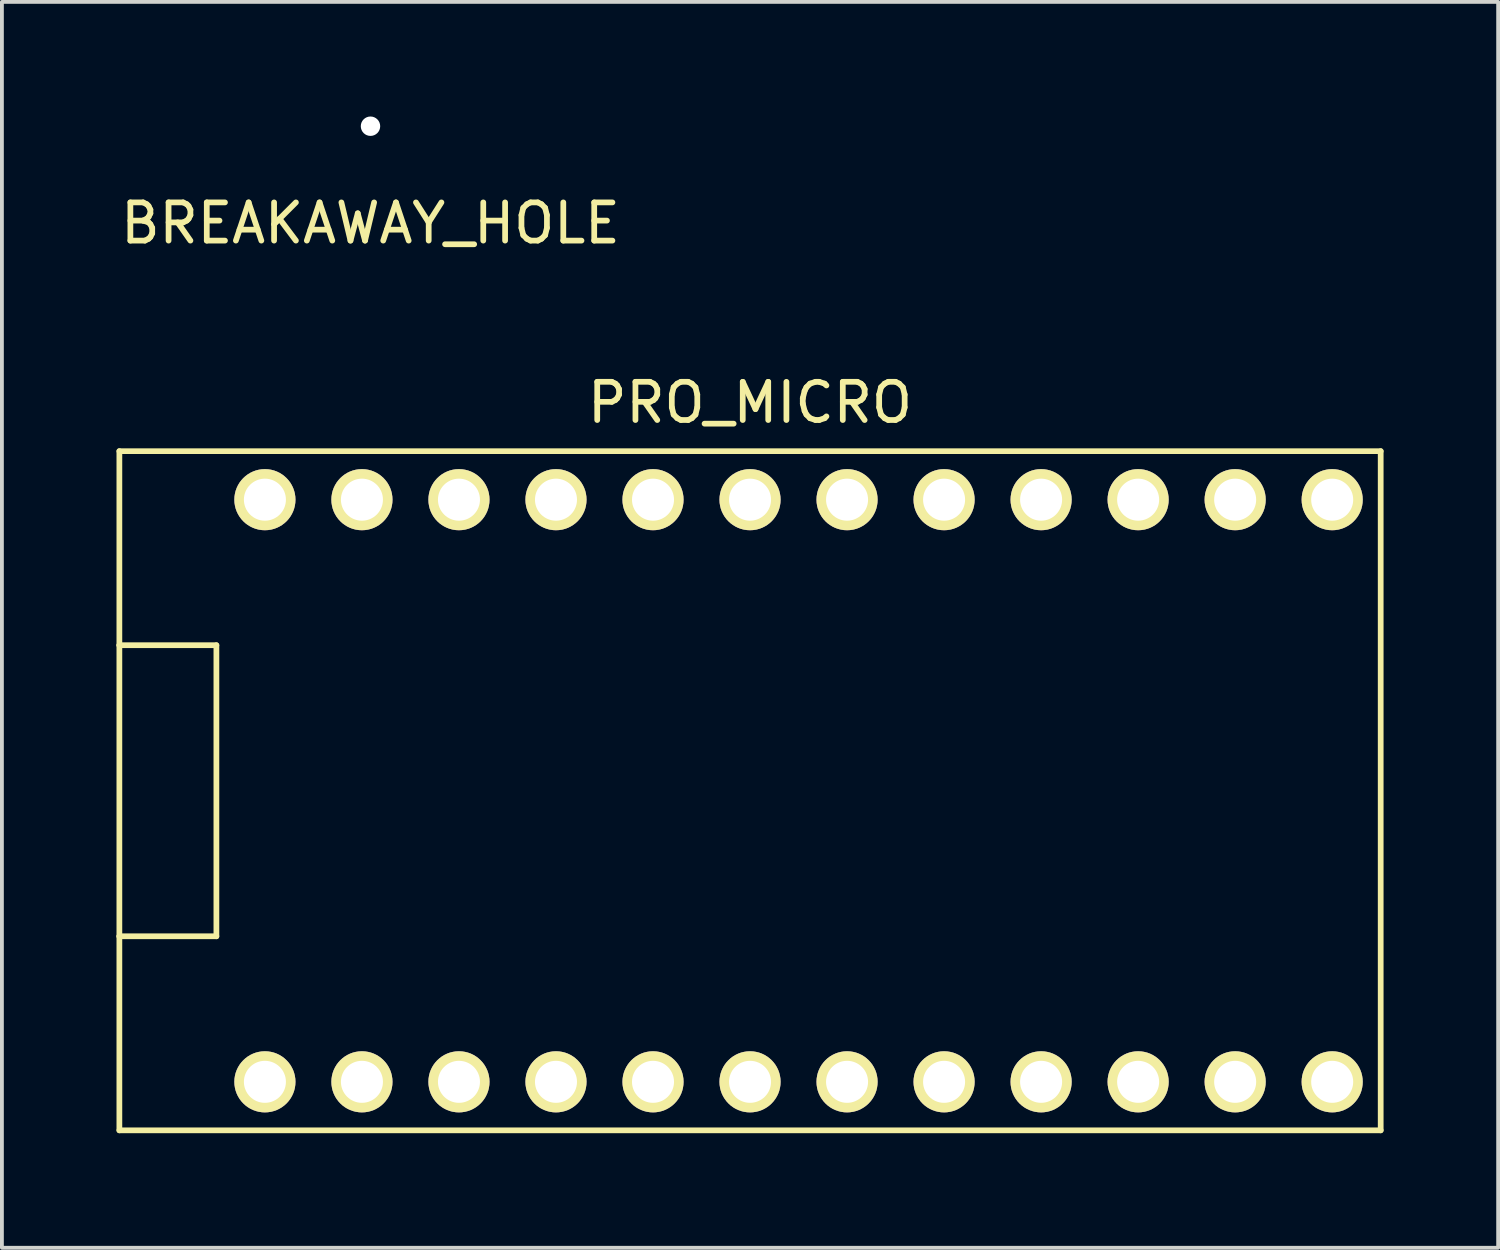
<source format=kicad_pcb>
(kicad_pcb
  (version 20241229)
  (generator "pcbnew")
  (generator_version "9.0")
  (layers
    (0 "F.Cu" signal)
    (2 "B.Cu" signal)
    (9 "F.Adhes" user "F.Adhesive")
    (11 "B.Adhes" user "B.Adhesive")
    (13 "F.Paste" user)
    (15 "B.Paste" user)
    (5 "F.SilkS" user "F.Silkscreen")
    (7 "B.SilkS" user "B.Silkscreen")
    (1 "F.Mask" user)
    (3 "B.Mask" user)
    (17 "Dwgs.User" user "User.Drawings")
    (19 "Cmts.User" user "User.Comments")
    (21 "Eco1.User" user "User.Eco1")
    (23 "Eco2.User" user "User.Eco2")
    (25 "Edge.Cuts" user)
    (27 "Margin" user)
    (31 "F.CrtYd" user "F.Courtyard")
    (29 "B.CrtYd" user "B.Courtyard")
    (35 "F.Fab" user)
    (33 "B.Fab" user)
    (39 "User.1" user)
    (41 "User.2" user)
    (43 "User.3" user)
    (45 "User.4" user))
  (footprint "BREAKAWAY_HOLE"
    (layer "F.Cu")
    (at 6.649 0.254)
    (property "Reference" "BREAKAWAY_HOLE" (at 0 2.54 0) (layer "F.SilkS") (effects (font (size 1 1) (thickness 0.15))))
    (attr through_hole)
    (pad "" np_thru_hole circle (at 0 0) (size 0.508 0.508) (drill 0.508) (layers "*.Cu" "*.Mask")))
  (footprint "PRO_MICRO"
    (layer "F.Cu")
    (at 16.585 17.651)
    (property "Reference" "PRO_MICRO" (at 0 -10.16 0) (layer "F.SilkS") (effects (font (size 1 1) (thickness 0.15))))
    (attr through_hole)
    (fp_line (start -16.51 -8.89) (end 16.51 -8.89) (stroke (width 0.15) (type solid)) (layer "F.SilkS"))
    (fp_line (start -16.51 -3.81) (end -16.51 -8.89) (stroke (width 0.15) (type solid)) (layer "F.SilkS"))
    (fp_line (start -16.51 -3.81) (end -13.97 -3.81) (stroke (width 0.15) (type solid)) (layer "F.SilkS"))
    (fp_line (start -16.51 3.81) (end -16.51 -3.81) (stroke (width 0.15) (type solid)) (layer "F.SilkS"))
    (fp_line (start -16.51 8.89) (end -16.51 3.81) (stroke (width 0.15) (type solid)) (layer "F.SilkS"))
    (fp_line (start -16.51 8.89) (end 16.51 8.89) (stroke (width 0.15) (type solid)) (layer "F.SilkS"))
    (fp_line (start -13.97 3.81) (end -16.51 3.81) (stroke (width 0.15) (type solid)) (layer "F.SilkS"))
    (fp_line (start -13.97 3.81) (end -13.97 -3.81) (stroke (width 0.15) (type solid)) (layer "F.SilkS"))
    (fp_line (start 16.51 -8.89) (end 16.51 8.89) (stroke (width 0.15) (type solid)) (layer "F.SilkS"))
    (pad "1" thru_hole circle (at -12.7 7.62) (size 1.6 1.6) (drill 1.1) (layers "*.Cu" "*.Mask" "F.SilkS"))
    (pad "2" thru_hole circle (at -10.16 7.62) (size 1.6 1.6) (drill 1.1) (layers "*.Cu" "*.Mask" "F.SilkS"))
    (pad "3" thru_hole circle (at -7.62 7.62) (size 1.6 1.6) (drill 1.1) (layers "*.Cu" "*.Mask" "F.SilkS"))
    (pad "4" thru_hole circle (at -5.08 7.62) (size 1.6 1.6) (drill 1.1) (layers "*.Cu" "*.Mask" "F.SilkS"))
    (pad "5" thru_hole circle (at -2.54 7.62) (size 1.6 1.6) (drill 1.1) (layers "*.Cu" "*.Mask" "F.SilkS"))
    (pad "6" thru_hole circle (at 0 7.62) (size 1.6 1.6) (drill 1.1) (layers "*.Cu" "*.Mask" "F.SilkS"))
    (pad "7" thru_hole circle (at 2.54 7.62) (size 1.6 1.6) (drill 1.1) (layers "*.Cu" "*.Mask" "F.SilkS"))
    (pad "8" thru_hole circle (at 5.08 7.62) (size 1.6 1.6) (drill 1.1) (layers "*.Cu" "*.Mask" "F.SilkS"))
    (pad "9" thru_hole circle (at 7.62 7.62) (size 1.6 1.6) (drill 1.1) (layers "*.Cu" "*.Mask" "F.SilkS"))
    (pad "10" thru_hole circle (at 10.16 7.62) (size 1.6 1.6) (drill 1.1) (layers "*.Cu" "*.Mask" "F.SilkS"))
    (pad "11" thru_hole circle (at 12.7 7.62) (size 1.6 1.6) (drill 1.1) (layers "*.Cu" "*.Mask" "F.SilkS"))
    (pad "12" thru_hole circle (at 15.24 7.62) (size 1.6 1.6) (drill 1.1) (layers "*.Cu" "*.Mask" "F.SilkS"))
    (pad "13" thru_hole circle (at 15.24 -7.62) (size 1.6 1.6) (drill 1.1) (layers "*.Cu" "*.Mask" "F.SilkS"))
    (pad "14" thru_hole circle (at 12.7 -7.62) (size 1.6 1.6) (drill 1.1) (layers "*.Cu" "*.Mask" "F.SilkS"))
    (pad "15" thru_hole circle (at 10.16 -7.62) (size 1.6 1.6) (drill 1.1) (layers "*.Cu" "*.Mask" "F.SilkS"))
    (pad "16" thru_hole circle (at 7.62 -7.62) (size 1.6 1.6) (drill 1.1) (layers "*.Cu" "*.Mask" "F.SilkS"))
    (pad "17" thru_hole circle (at 5.08 -7.62) (size 1.6 1.6) (drill 1.1) (layers "*.Cu" "*.Mask" "F.SilkS"))
    (pad "18" thru_hole circle (at 2.54 -7.62) (size 1.6 1.6) (drill 1.1) (layers "*.Cu" "*.Mask" "F.SilkS"))
    (pad "19" thru_hole circle (at 0 -7.62) (size 1.6 1.6) (drill 1.1) (layers "*.Cu" "*.Mask" "F.SilkS"))
    (pad "20" thru_hole circle (at -2.54 -7.62) (size 1.6 1.6) (drill 1.1) (layers "*.Cu" "*.Mask" "F.SilkS"))
    (pad "21" thru_hole circle (at -5.08 -7.62) (size 1.6 1.6) (drill 1.1) (layers "*.Cu" "*.Mask" "F.SilkS"))
    (pad "22" thru_hole circle (at -7.62 -7.62) (size 1.6 1.6) (drill 1.1) (layers "*.Cu" "*.Mask" "F.SilkS"))
    (pad "23" thru_hole circle (at -10.16 -7.62) (size 1.6 1.6) (drill 1.1) (layers "*.Cu" "*.Mask" "F.SilkS"))
    (pad "24" thru_hole circle (at -12.7 -7.62) (size 1.6 1.6) (drill 1.1) (layers "*.Cu" "*.Mask" "F.SilkS")))
  (gr_rect
    (start -3 -3)
    (end 36.17 29.616)
    (stroke (width 0.1) (type default))
    (fill no)
    (layer "Edge.Cuts")))
</source>
